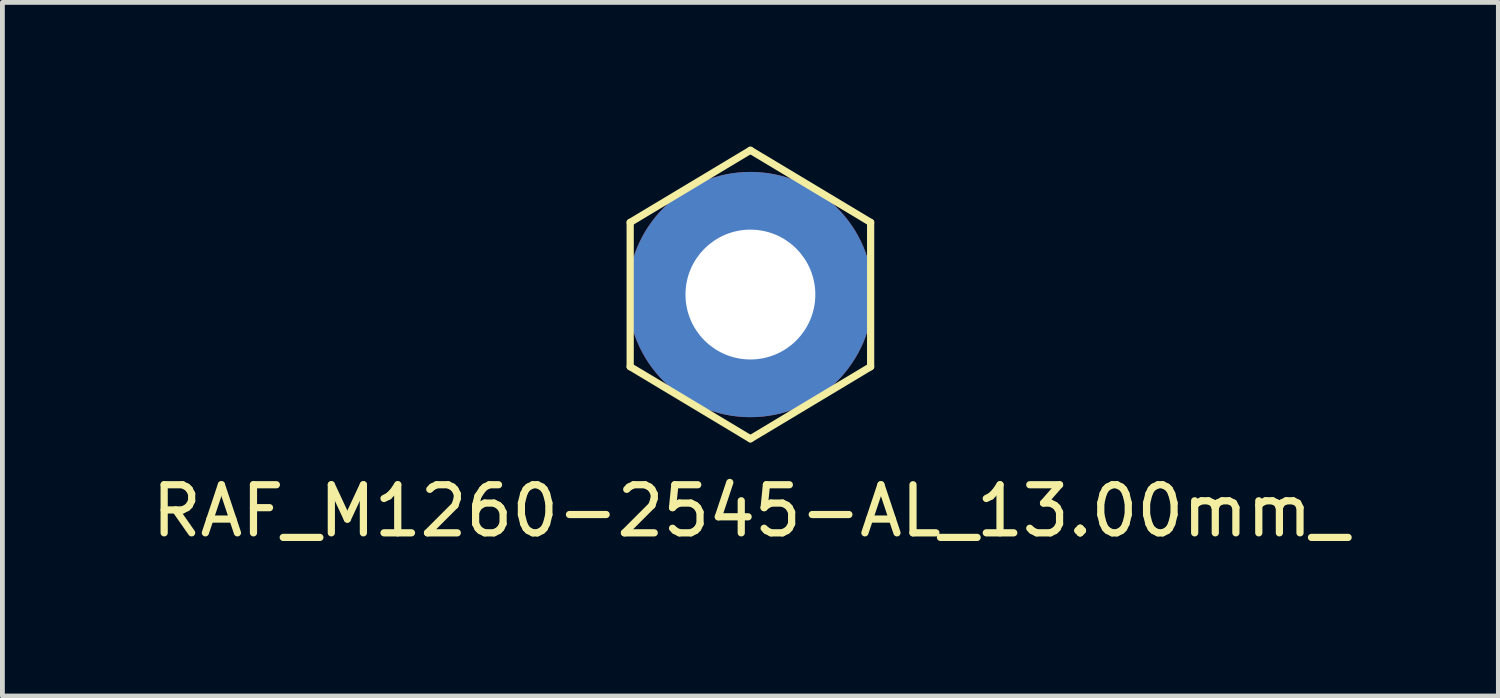
<source format=kicad_pcb>
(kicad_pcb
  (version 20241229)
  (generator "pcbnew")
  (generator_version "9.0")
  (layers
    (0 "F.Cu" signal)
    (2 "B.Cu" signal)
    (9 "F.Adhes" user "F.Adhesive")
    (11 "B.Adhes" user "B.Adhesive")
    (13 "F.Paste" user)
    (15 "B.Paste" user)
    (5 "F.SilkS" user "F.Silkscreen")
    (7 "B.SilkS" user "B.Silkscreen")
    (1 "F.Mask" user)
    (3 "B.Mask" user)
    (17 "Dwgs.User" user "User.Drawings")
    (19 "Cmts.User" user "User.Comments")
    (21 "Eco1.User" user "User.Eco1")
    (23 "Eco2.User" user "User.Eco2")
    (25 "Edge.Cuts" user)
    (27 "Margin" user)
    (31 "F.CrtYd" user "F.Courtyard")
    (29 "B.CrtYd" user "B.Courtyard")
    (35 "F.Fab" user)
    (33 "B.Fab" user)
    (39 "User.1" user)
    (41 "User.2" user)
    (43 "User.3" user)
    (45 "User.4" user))
  (footprint "RAF_M1260-2545-AL_13.00mm_"
    (layer "F.Cu")
    (at 12.554 3.075)
    (property "Reference" "RAF_M1260-2545-AL_13.00mm_" (at 0 4.5 0) (layer "F.SilkS") (effects (font (size 1 1) (thickness 0.15))))
    (attr through_hole)
    (fp_line (start -2.5 -1.5) (end 0 -3) (stroke (width 0.15) (type solid)) (layer "F.SilkS"))
    (fp_line (start -2.5 1.5) (end -2.5 -1.5) (stroke (width 0.15) (type solid)) (layer "F.SilkS"))
    (fp_line (start 0 -3) (end 2.5 -1.5) (stroke (width 0.15) (type solid)) (layer "F.SilkS"))
    (fp_line (start 0 3) (end -2.5 1.5) (stroke (width 0.15) (type solid)) (layer "F.SilkS"))
    (fp_line (start 2.5 -1.5) (end 2.5 1.5) (stroke (width 0.15) (type solid)) (layer "F.SilkS"))
    (fp_line (start 2.5 1.5) (end 0 3) (stroke (width 0.15) (type solid)) (layer "F.SilkS"))
    (pad "1" thru_hole circle (at 0 0) (size 5.1 5.1) (drill 2.7) (layers "*.Cu" "*.Mask")))
  (gr_rect
    (start -3 -3)
    (end 28.107 11.423)
    (stroke (width 0.1) (type default))
    (fill no)
    (layer "Edge.Cuts")))
</source>
